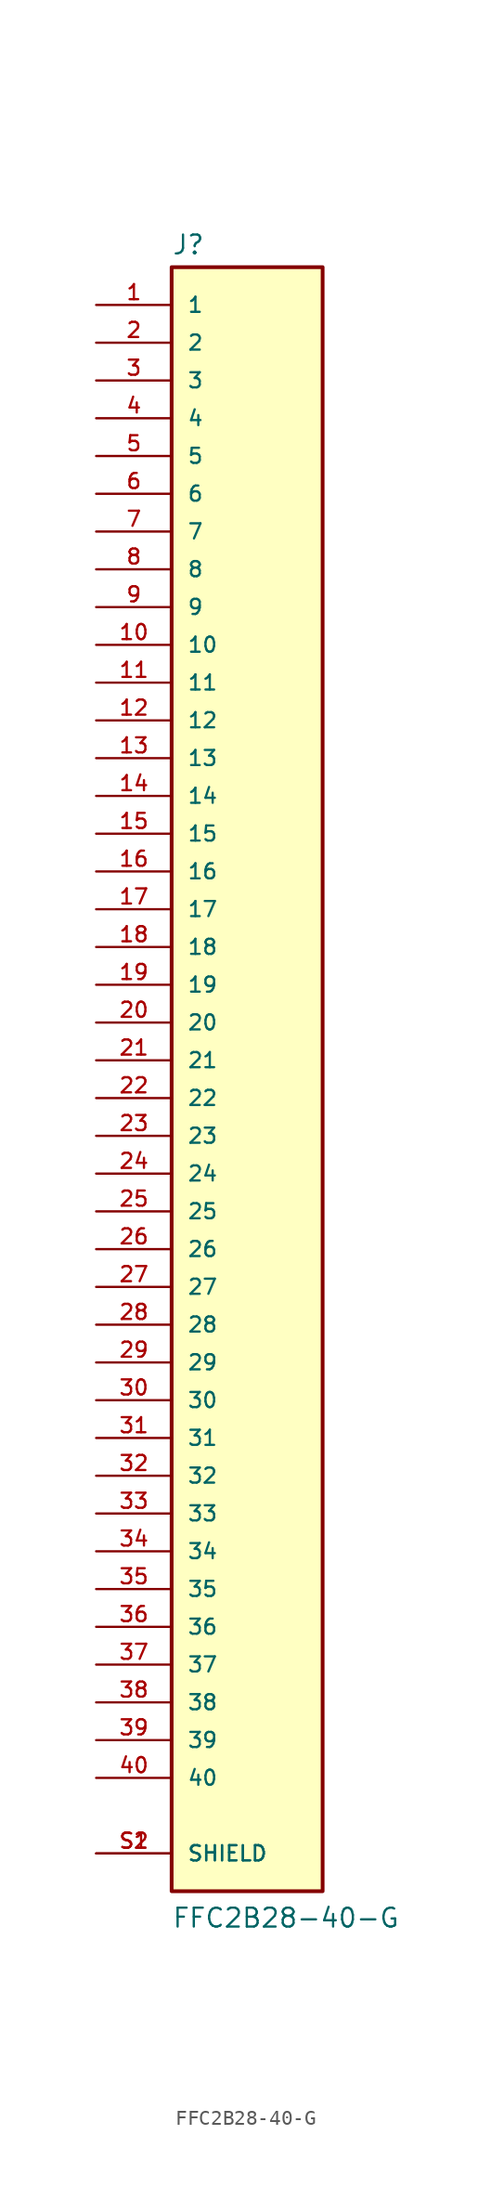
<source format=kicad_sym>
(kicad_symbol_lib
  (version 20211014)
  (generator kicad_symbol_editor)
  (symbol "FFC2B28-40-G"
    (pin_names
      (offset 1.016))
    (property "Reference" "J"
      (at -5.08 54.102 0)
      (effects (font (size 1.27 1.27)) (justify left bottom)))
    (property "Value" "FFC2B28-40-G"
      (at -5.08 -58.42 0)
      (effects (font (size 1.27 1.27)) (justify left bottom)))
    (property "ki_locked" ""
      (at 0 0 0)
      (effects (font (size 1.27 1.27))))
    (symbol "FFC2B28-40-G_0_0"
      (rectangle (start -5.08 -55.88) (end 5.08 53.34) (stroke (width 0.254) (type default) (color 0 0 0 0)) (fill (type background)))
      (pin passive line (at -10.16 50.8 0) (length 5.08) (name "1" (effects (font (size 1.016 1.016)))) (number "1" (effects (font (size 1.016 1.016)))))
      (pin passive line (at -10.16 27.94 0) (length 5.08) (name "10" (effects (font (size 1.016 1.016)))) (number "10" (effects (font (size 1.016 1.016)))))
      (pin passive line (at -10.16 25.4 0) (length 5.08) (name "11" (effects (font (size 1.016 1.016)))) (number "11" (effects (font (size 1.016 1.016)))))
      (pin passive line (at -10.16 22.86 0) (length 5.08) (name "12" (effects (font (size 1.016 1.016)))) (number "12" (effects (font (size 1.016 1.016)))))
      (pin passive line (at -10.16 20.32 0) (length 5.08) (name "13" (effects (font (size 1.016 1.016)))) (number "13" (effects (font (size 1.016 1.016)))))
      (pin passive line (at -10.16 17.78 0) (length 5.08) (name "14" (effects (font (size 1.016 1.016)))) (number "14" (effects (font (size 1.016 1.016)))))
      (pin passive line (at -10.16 15.24 0) (length 5.08) (name "15" (effects (font (size 1.016 1.016)))) (number "15" (effects (font (size 1.016 1.016)))))
      (pin passive line (at -10.16 12.7 0) (length 5.08) (name "16" (effects (font (size 1.016 1.016)))) (number "16" (effects (font (size 1.016 1.016)))))
      (pin passive line (at -10.16 10.16 0) (length 5.08) (name "17" (effects (font (size 1.016 1.016)))) (number "17" (effects (font (size 1.016 1.016)))))
      (pin passive line (at -10.16 7.62 0) (length 5.08) (name "18" (effects (font (size 1.016 1.016)))) (number "18" (effects (font (size 1.016 1.016)))))
      (pin passive line (at -10.16 5.08 0) (length 5.08) (name "19" (effects (font (size 1.016 1.016)))) (number "19" (effects (font (size 1.016 1.016)))))
      (pin passive line (at -10.16 48.26 0) (length 5.08) (name "2" (effects (font (size 1.016 1.016)))) (number "2" (effects (font (size 1.016 1.016)))))
      (pin passive line (at -10.16 2.54 0) (length 5.08) (name "20" (effects (font (size 1.016 1.016)))) (number "20" (effects (font (size 1.016 1.016)))))
      (pin passive line (at -10.16 0 0) (length 5.08) (name "21" (effects (font (size 1.016 1.016)))) (number "21" (effects (font (size 1.016 1.016)))))
      (pin passive line (at -10.16 -2.54 0) (length 5.08) (name "22" (effects (font (size 1.016 1.016)))) (number "22" (effects (font (size 1.016 1.016)))))
      (pin passive line (at -10.16 -5.08 0) (length 5.08) (name "23" (effects (font (size 1.016 1.016)))) (number "23" (effects (font (size 1.016 1.016)))))
      (pin passive line (at -10.16 -7.62 0) (length 5.08) (name "24" (effects (font (size 1.016 1.016)))) (number "24" (effects (font (size 1.016 1.016)))))
      (pin passive line (at -10.16 -10.16 0) (length 5.08) (name "25" (effects (font (size 1.016 1.016)))) (number "25" (effects (font (size 1.016 1.016)))))
      (pin passive line (at -10.16 -12.7 0) (length 5.08) (name "26" (effects (font (size 1.016 1.016)))) (number "26" (effects (font (size 1.016 1.016)))))
      (pin passive line (at -10.16 -15.24 0) (length 5.08) (name "27" (effects (font (size 1.016 1.016)))) (number "27" (effects (font (size 1.016 1.016)))))
      (pin passive line (at -10.16 -17.78 0) (length 5.08) (name "28" (effects (font (size 1.016 1.016)))) (number "28" (effects (font (size 1.016 1.016)))))
      (pin passive line (at -10.16 -20.32 0) (length 5.08) (name "29" (effects (font (size 1.016 1.016)))) (number "29" (effects (font (size 1.016 1.016)))))
      (pin passive line (at -10.16 45.72 0) (length 5.08) (name "3" (effects (font (size 1.016 1.016)))) (number "3" (effects (font (size 1.016 1.016)))))
      (pin passive line (at -10.16 -22.86 0) (length 5.08) (name "30" (effects (font (size 1.016 1.016)))) (number "30" (effects (font (size 1.016 1.016)))))
      (pin passive line (at -10.16 -25.4 0) (length 5.08) (name "31" (effects (font (size 1.016 1.016)))) (number "31" (effects (font (size 1.016 1.016)))))
      (pin passive line (at -10.16 -27.94 0) (length 5.08) (name "32" (effects (font (size 1.016 1.016)))) (number "32" (effects (font (size 1.016 1.016)))))
      (pin passive line (at -10.16 -30.48 0) (length 5.08) (name "33" (effects (font (size 1.016 1.016)))) (number "33" (effects (font (size 1.016 1.016)))))
      (pin passive line (at -10.16 -33.02 0) (length 5.08) (name "34" (effects (font (size 1.016 1.016)))) (number "34" (effects (font (size 1.016 1.016)))))
      (pin passive line (at -10.16 -35.56 0) (length 5.08) (name "35" (effects (font (size 1.016 1.016)))) (number "35" (effects (font (size 1.016 1.016)))))
      (pin passive line (at -10.16 -38.1 0) (length 5.08) (name "36" (effects (font (size 1.016 1.016)))) (number "36" (effects (font (size 1.016 1.016)))))
      (pin passive line (at -10.16 -40.64 0) (length 5.08) (name "37" (effects (font (size 1.016 1.016)))) (number "37" (effects (font (size 1.016 1.016)))))
      (pin passive line (at -10.16 -43.18 0) (length 5.08) (name "38" (effects (font (size 1.016 1.016)))) (number "38" (effects (font (size 1.016 1.016)))))
      (pin passive line (at -10.16 -45.72 0) (length 5.08) (name "39" (effects (font (size 1.016 1.016)))) (number "39" (effects (font (size 1.016 1.016)))))
      (pin passive line (at -10.16 43.18 0) (length 5.08) (name "4" (effects (font (size 1.016 1.016)))) (number "4" (effects (font (size 1.016 1.016)))))
      (pin passive line (at -10.16 -48.26 0) (length 5.08) (name "40" (effects (font (size 1.016 1.016)))) (number "40" (effects (font (size 1.016 1.016)))))
      (pin passive line (at -10.16 40.64 0) (length 5.08) (name "5" (effects (font (size 1.016 1.016)))) (number "5" (effects (font (size 1.016 1.016)))))
      (pin passive line (at -10.16 38.1 0) (length 5.08) (name "6" (effects (font (size 1.016 1.016)))) (number "6" (effects (font (size 1.016 1.016)))))
      (pin passive line (at -10.16 35.56 0) (length 5.08) (name "7" (effects (font (size 1.016 1.016)))) (number "7" (effects (font (size 1.016 1.016)))))
      (pin passive line (at -10.16 33.02 0) (length 5.08) (name "8" (effects (font (size 1.016 1.016)))) (number "8" (effects (font (size 1.016 1.016)))))
      (pin passive line (at -10.16 30.48 0) (length 5.08) (name "9" (effects (font (size 1.016 1.016)))) (number "9" (effects (font (size 1.016 1.016)))))
      (pin passive line (at -10.16 -53.34 0) (length 5.08) (name "SHIELD" (effects (font (size 1.016 1.016)))) (number "S1" (effects (font (size 1.016 1.016)))))
      (pin passive line (at -10.16 -53.34 0) (length 5.08) (name "SHIELD" (effects (font (size 1.016 1.016)))) (number "S2" (effects (font (size 1.016 1.016))))))))
</source>
